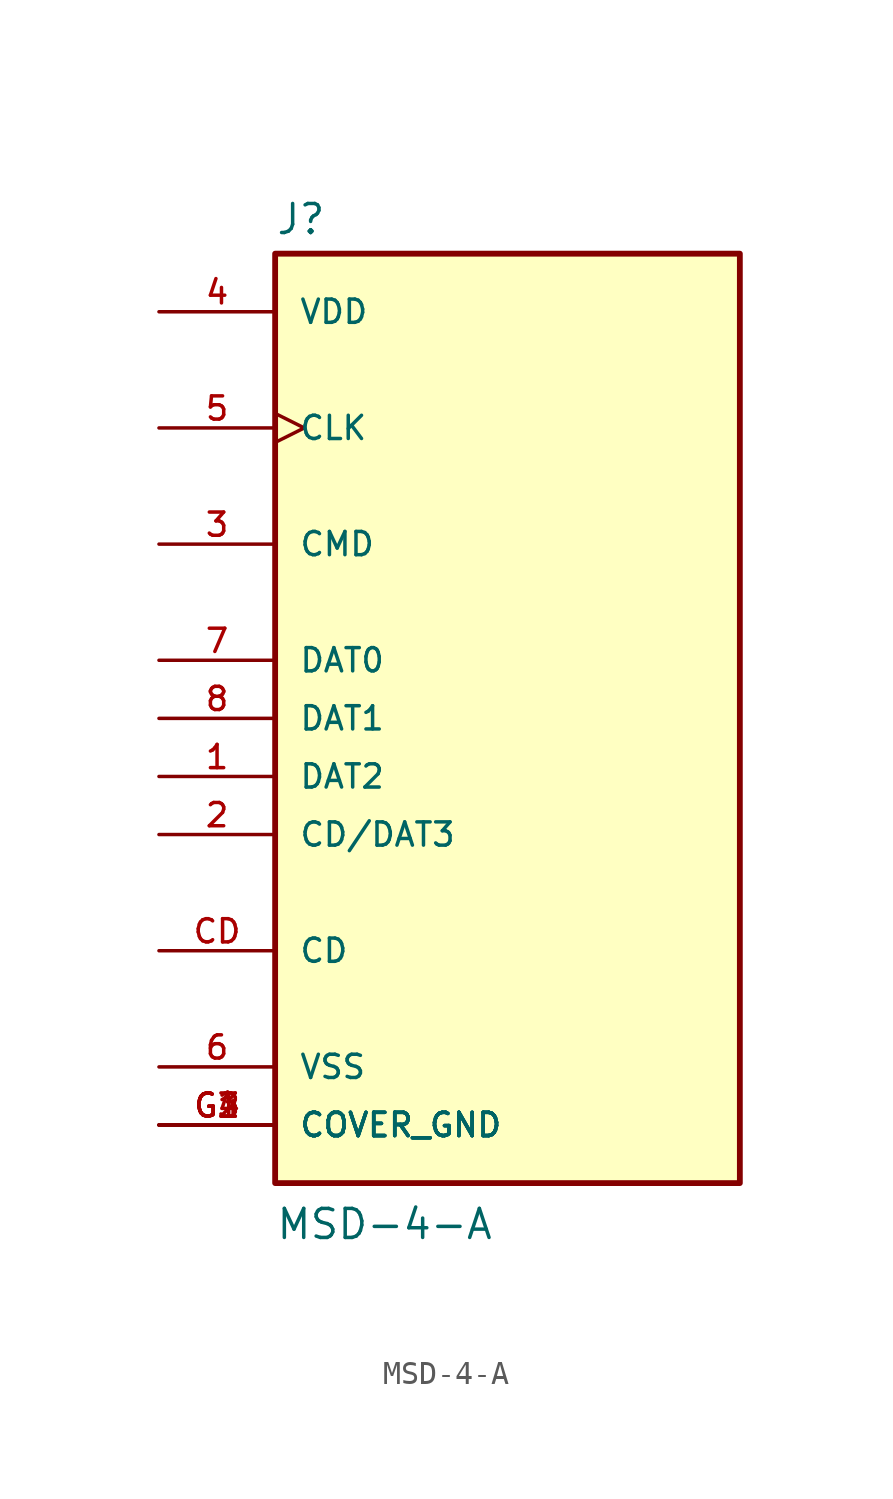
<source format=kicad_sym>
(kicad_symbol_lib
  (version 20241209)
  (generator "kicad_symbol_editor")
  (generator_version "9.0")
  (symbol "MSD-4-A"
    (pin_names
      (offset 1.016))
    (property "Reference" "J"
      (at -10.16 21.082 0)
      (effects (font (size 1.27 1.27)) (justify left bottom)))
    (property "Value" "MSD-4-A"
      (at -10.16 -22.86 0)
      (effects (font (size 1.27 1.27)) (justify left bottom)))
    (symbol "MSD-4-A_0_0"
      (rectangle (start -10.16 -20.32) (end 10.16 20.32) (stroke (width 0.254) (type default)) (fill (type background)))
      (pin power_in line (at -15.24 17.78 0) (length 5.08) (name "VDD" (effects (font (size 1.016 1.016)))) (number "4" (effects (font (size 1.016 1.016)))))
      (pin input clock (at -15.24 12.7 0) (length 5.08) (name "CLK" (effects (font (size 1.016 1.016)))) (number "5" (effects (font (size 1.016 1.016)))))
      (pin bidirectional line (at -15.24 7.62 0) (length 5.08) (name "CMD" (effects (font (size 1.016 1.016)))) (number "3" (effects (font (size 1.016 1.016)))))
      (pin bidirectional line (at -15.24 2.54 0) (length 5.08) (name "DAT0" (effects (font (size 1.016 1.016)))) (number "7" (effects (font (size 1.016 1.016)))))
      (pin bidirectional line (at -15.24 0 0) (length 5.08) (name "DAT1" (effects (font (size 1.016 1.016)))) (number "8" (effects (font (size 1.016 1.016)))))
      (pin bidirectional line (at -15.24 -2.54 0) (length 5.08) (name "DAT2" (effects (font (size 1.016 1.016)))) (number "1" (effects (font (size 1.016 1.016)))))
      (pin bidirectional line (at -15.24 -5.08 0) (length 5.08) (name "CD/DAT3" (effects (font (size 1.016 1.016)))) (number "2" (effects (font (size 1.016 1.016)))))
      (pin passive line (at -15.24 -10.16 0) (length 5.08) (name "CD" (effects (font (size 1.016 1.016)))) (number "CD" (effects (font (size 1.016 1.016)))))
      (pin power_in line (at -15.24 -15.24 0) (length 5.08) (name "VSS" (effects (font (size 1.016 1.016)))) (number "6" (effects (font (size 1.016 1.016)))))
      (pin power_in line (at -15.24 -17.78 0) (length 5.08) (name "COVER_GND" (effects (font (size 1.016 1.016)))) (number "G1" (effects (font (size 1.016 1.016)))))
      (pin power_in line (at -15.24 -17.78 0) (length 5.08) (name "COVER_GND" (effects (font (size 1.016 1.016)))) (number "G2" (effects (font (size 1.016 1.016)))))
      (pin power_in line (at -15.24 -17.78 0) (length 5.08) (name "COVER_GND" (effects (font (size 1.016 1.016)))) (number "G3" (effects (font (size 1.016 1.016)))))
      (pin power_in line (at -15.24 -17.78 0) (length 5.08) (name "COVER_GND" (effects (font (size 1.016 1.016)))) (number "G4" (effects (font (size 1.016 1.016))))))))
</source>
